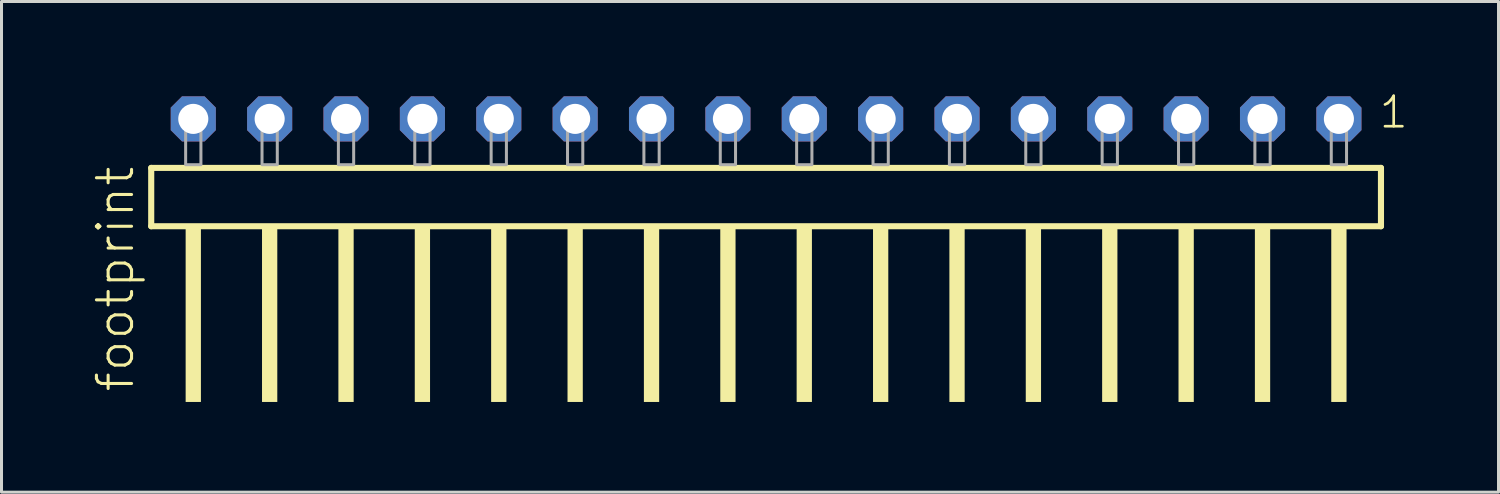
<source format=kicad_pcb>
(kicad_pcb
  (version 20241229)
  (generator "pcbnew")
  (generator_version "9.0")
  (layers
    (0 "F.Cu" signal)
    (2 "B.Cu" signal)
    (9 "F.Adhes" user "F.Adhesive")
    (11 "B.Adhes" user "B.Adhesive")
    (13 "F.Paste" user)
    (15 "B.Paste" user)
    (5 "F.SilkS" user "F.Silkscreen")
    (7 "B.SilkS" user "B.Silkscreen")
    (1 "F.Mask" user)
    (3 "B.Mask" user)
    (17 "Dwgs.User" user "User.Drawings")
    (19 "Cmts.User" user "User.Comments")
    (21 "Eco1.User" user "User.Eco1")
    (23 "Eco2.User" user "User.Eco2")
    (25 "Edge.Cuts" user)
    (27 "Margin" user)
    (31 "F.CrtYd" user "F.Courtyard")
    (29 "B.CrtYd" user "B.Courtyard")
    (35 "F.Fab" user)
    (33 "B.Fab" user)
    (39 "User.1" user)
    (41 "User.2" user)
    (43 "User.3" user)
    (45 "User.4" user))
  (footprint "footprint"
    (layer "F.Cu")
    (at 22.428 2.428)
    (property "Reference" "footprint" (at -20.955 7.62 90) (layer "F.SilkS") (effects (font (size 1.168 1.168) (thickness 0.102)) (justify left bottom)))
    (fp_line (start -20.449 0.106) (end -20.449 2.046) (stroke (width 0.203) (type solid)) (layer "F.SilkS"))
    (fp_line (start -20.449 2.046) (end 20.449 2.046) (stroke (width 0.203) (type solid)) (layer "F.SilkS"))
    (fp_line (start 20.449 0.106) (end -20.449 0.106) (stroke (width 0.203) (type solid)) (layer "F.SilkS"))
    (fp_line (start 20.449 2.046) (end 20.449 0.106) (stroke (width 0.203) (type solid)) (layer "F.SilkS"))
    (fp_poly (pts (xy -19.304 7.89) (xy -18.796 7.89) (xy -18.796 2.04) (xy -19.304 2.04)) (stroke (width 0) (type solid)) (fill yes) (layer "F.SilkS"))
    (fp_poly (pts (xy -16.764 7.89) (xy -16.256 7.89) (xy -16.256 2.04) (xy -16.764 2.04)) (stroke (width 0) (type solid)) (fill yes) (layer "F.SilkS"))
    (fp_poly (pts (xy -14.224 7.89) (xy -13.716 7.89) (xy -13.716 2.04) (xy -14.224 2.04)) (stroke (width 0) (type solid)) (fill yes) (layer "F.SilkS"))
    (fp_poly (pts (xy -11.684 7.89) (xy -11.176 7.89) (xy -11.176 2.04) (xy -11.684 2.04)) (stroke (width 0) (type solid)) (fill yes) (layer "F.SilkS"))
    (fp_poly (pts (xy -9.144 7.89) (xy -8.636 7.89) (xy -8.636 2.04) (xy -9.144 2.04)) (stroke (width 0) (type solid)) (fill yes) (layer "F.SilkS"))
    (fp_poly (pts (xy -6.604 7.89) (xy -6.096 7.89) (xy -6.096 2.04) (xy -6.604 2.04)) (stroke (width 0) (type solid)) (fill yes) (layer "F.SilkS"))
    (fp_poly (pts (xy -4.064 7.89) (xy -3.556 7.89) (xy -3.556 2.04) (xy -4.064 2.04)) (stroke (width 0) (type solid)) (fill yes) (layer "F.SilkS"))
    (fp_poly (pts (xy -1.524 7.89) (xy -1.016 7.89) (xy -1.016 2.04) (xy -1.524 2.04)) (stroke (width 0) (type solid)) (fill yes) (layer "F.SilkS"))
    (fp_poly (pts (xy 1.016 7.89) (xy 1.524 7.89) (xy 1.524 2.04) (xy 1.016 2.04)) (stroke (width 0) (type solid)) (fill yes) (layer "F.SilkS"))
    (fp_poly (pts (xy 3.556 7.89) (xy 4.064 7.89) (xy 4.064 2.04) (xy 3.556 2.04)) (stroke (width 0) (type solid)) (fill yes) (layer "F.SilkS"))
    (fp_poly (pts (xy 6.096 7.89) (xy 6.604 7.89) (xy 6.604 2.04) (xy 6.096 2.04)) (stroke (width 0) (type solid)) (fill yes) (layer "F.SilkS"))
    (fp_poly (pts (xy 8.636 7.89) (xy 9.144 7.89) (xy 9.144 2.04) (xy 8.636 2.04)) (stroke (width 0) (type solid)) (fill yes) (layer "F.SilkS"))
    (fp_poly (pts (xy 11.176 7.89) (xy 11.684 7.89) (xy 11.684 2.04) (xy 11.176 2.04)) (stroke (width 0) (type solid)) (fill yes) (layer "F.SilkS"))
    (fp_poly (pts (xy 13.716 7.89) (xy 14.224 7.89) (xy 14.224 2.04) (xy 13.716 2.04)) (stroke (width 0) (type solid)) (fill yes) (layer "F.SilkS"))
    (fp_poly (pts (xy 16.256 7.89) (xy 16.764 7.89) (xy 16.764 2.04) (xy 16.256 2.04)) (stroke (width 0) (type solid)) (fill yes) (layer "F.SilkS"))
    (fp_poly (pts (xy 18.796 7.89) (xy 19.304 7.89) (xy 19.304 2.04) (xy 18.796 2.04)) (stroke (width 0) (type solid)) (fill yes) (layer "F.SilkS"))
    (fp_poly (pts (xy -19.304 0) (xy -18.796 0) (xy -18.796 -1.778) (xy -19.304 -1.778)) (stroke (width 0.1) (type solid)) (fill no) (layer "F.Fab"))
    (fp_poly (pts (xy -16.764 0) (xy -16.256 0) (xy -16.256 -1.778) (xy -16.764 -1.778)) (stroke (width 0.1) (type solid)) (fill no) (layer "F.Fab"))
    (fp_poly (pts (xy -14.224 0) (xy -13.716 0) (xy -13.716 -1.778) (xy -14.224 -1.778)) (stroke (width 0.1) (type solid)) (fill no) (layer "F.Fab"))
    (fp_poly (pts (xy -11.684 0) (xy -11.176 0) (xy -11.176 -1.778) (xy -11.684 -1.778)) (stroke (width 0.1) (type solid)) (fill no) (layer "F.Fab"))
    (fp_poly (pts (xy -9.144 0) (xy -8.636 0) (xy -8.636 -1.778) (xy -9.144 -1.778)) (stroke (width 0.1) (type solid)) (fill no) (layer "F.Fab"))
    (fp_poly (pts (xy -6.604 0) (xy -6.096 0) (xy -6.096 -1.778) (xy -6.604 -1.778)) (stroke (width 0.1) (type solid)) (fill no) (layer "F.Fab"))
    (fp_poly (pts (xy -4.064 0) (xy -3.556 0) (xy -3.556 -1.778) (xy -4.064 -1.778)) (stroke (width 0.1) (type solid)) (fill no) (layer "F.Fab"))
    (fp_poly (pts (xy -1.524 0) (xy -1.016 0) (xy -1.016 -1.778) (xy -1.524 -1.778)) (stroke (width 0.1) (type solid)) (fill no) (layer "F.Fab"))
    (fp_poly (pts (xy 1.016 0) (xy 1.524 0) (xy 1.524 -1.778) (xy 1.016 -1.778)) (stroke (width 0.1) (type solid)) (fill no) (layer "F.Fab"))
    (fp_poly (pts (xy 3.556 0) (xy 4.064 0) (xy 4.064 -1.778) (xy 3.556 -1.778)) (stroke (width 0.1) (type solid)) (fill no) (layer "F.Fab"))
    (fp_poly (pts (xy 6.096 0) (xy 6.604 0) (xy 6.604 -1.778) (xy 6.096 -1.778)) (stroke (width 0.1) (type solid)) (fill no) (layer "F.Fab"))
    (fp_poly (pts (xy 8.636 0) (xy 9.144 0) (xy 9.144 -1.778) (xy 8.636 -1.778)) (stroke (width 0.1) (type solid)) (fill no) (layer "F.Fab"))
    (fp_poly (pts (xy 11.176 0) (xy 11.684 0) (xy 11.684 -1.778) (xy 11.176 -1.778)) (stroke (width 0.1) (type solid)) (fill no) (layer "F.Fab"))
    (fp_poly (pts (xy 13.716 0) (xy 14.224 0) (xy 14.224 -1.778) (xy 13.716 -1.778)) (stroke (width 0.1) (type solid)) (fill no) (layer "F.Fab"))
    (fp_poly (pts (xy 16.256 0) (xy 16.764 0) (xy 16.764 -1.778) (xy 16.256 -1.778)) (stroke (width 0.1) (type solid)) (fill no) (layer "F.Fab"))
    (fp_poly (pts (xy 18.796 0) (xy 19.304 0) (xy 19.304 -1.778) (xy 18.796 -1.778)) (stroke (width 0.1) (type solid)) (fill no) (layer "F.Fab"))
    (fp_text user "1" (at 20.332 -1.152 0) (layer "F.SilkS") (effects (font (size 1.012 1.012) (thickness 0.088)) (justify left bottom)))
    (pad "1" thru_hole roundrect (at 19.05 -1.524 180) (size 1.5 1.5) (drill 1) (layers "*.Cu" "*.Mask") (roundrect_rratio 0.25) (chamfer_ratio 0.25) (chamfer top_left top_right bottom_left bottom_right))
    (pad "2" thru_hole roundrect (at 16.51 -1.524 180) (size 1.5 1.5) (drill 1) (layers "*.Cu" "*.Mask") (roundrect_rratio 0.25) (chamfer_ratio 0.25) (chamfer top_left top_right bottom_left bottom_right))
    (pad "3" thru_hole roundrect (at 13.97 -1.524 180) (size 1.5 1.5) (drill 1) (layers "*.Cu" "*.Mask") (roundrect_rratio 0.25) (chamfer_ratio 0.25) (chamfer top_left top_right bottom_left bottom_right))
    (pad "4" thru_hole roundrect (at 11.43 -1.524 180) (size 1.5 1.5) (drill 1) (layers "*.Cu" "*.Mask") (roundrect_rratio 0.25) (chamfer_ratio 0.25) (chamfer top_left top_right bottom_left bottom_right))
    (pad "5" thru_hole roundrect (at 8.89 -1.524 180) (size 1.5 1.5) (drill 1) (layers "*.Cu" "*.Mask") (roundrect_rratio 0.25) (chamfer_ratio 0.25) (chamfer top_left top_right bottom_left bottom_right))
    (pad "6" thru_hole roundrect (at 6.35 -1.524 180) (size 1.5 1.5) (drill 1) (layers "*.Cu" "*.Mask") (roundrect_rratio 0.25) (chamfer_ratio 0.25) (chamfer top_left top_right bottom_left bottom_right))
    (pad "7" thru_hole roundrect (at 3.81 -1.524 180) (size 1.5 1.5) (drill 1) (layers "*.Cu" "*.Mask") (roundrect_rratio 0.25) (chamfer_ratio 0.25) (chamfer top_left top_right bottom_left bottom_right))
    (pad "8" thru_hole roundrect (at 1.27 -1.524 180) (size 1.5 1.5) (drill 1) (layers "*.Cu" "*.Mask") (roundrect_rratio 0.25) (chamfer_ratio 0.25) (chamfer top_left top_right bottom_left bottom_right))
    (pad "9" thru_hole roundrect (at -1.27 -1.524 180) (size 1.5 1.5) (drill 1) (layers "*.Cu" "*.Mask") (roundrect_rratio 0.25) (chamfer_ratio 0.25) (chamfer top_left top_right bottom_left bottom_right))
    (pad "10" thru_hole roundrect (at -3.81 -1.524 180) (size 1.5 1.5) (drill 1) (layers "*.Cu" "*.Mask") (roundrect_rratio 0.25) (chamfer_ratio 0.25) (chamfer top_left top_right bottom_left bottom_right))
    (pad "11" thru_hole roundrect (at -6.35 -1.524 180) (size 1.5 1.5) (drill 1) (layers "*.Cu" "*.Mask") (roundrect_rratio 0.25) (chamfer_ratio 0.25) (chamfer top_left top_right bottom_left bottom_right))
    (pad "12" thru_hole roundrect (at -8.89 -1.524 180) (size 1.5 1.5) (drill 1) (layers "*.Cu" "*.Mask") (roundrect_rratio 0.25) (chamfer_ratio 0.25) (chamfer top_left top_right bottom_left bottom_right))
    (pad "13" thru_hole roundrect (at -11.43 -1.524 180) (size 1.5 1.5) (drill 1) (layers "*.Cu" "*.Mask") (roundrect_rratio 0.25) (chamfer_ratio 0.25) (chamfer top_left top_right bottom_left bottom_right))
    (pad "14" thru_hole roundrect (at -13.97 -1.524 180) (size 1.5 1.5) (drill 1) (layers "*.Cu" "*.Mask") (roundrect_rratio 0.25) (chamfer_ratio 0.25) (chamfer top_left top_right bottom_left bottom_right))
    (pad "15" thru_hole roundrect (at -16.51 -1.524 180) (size 1.5 1.5) (drill 1) (layers "*.Cu" "*.Mask") (roundrect_rratio 0.25) (chamfer_ratio 0.25) (chamfer top_left top_right bottom_left bottom_right))
    (pad "16" thru_hole roundrect (at -19.05 -1.524 180) (size 1.5 1.5) (drill 1) (layers "*.Cu" "*.Mask") (roundrect_rratio 0.25) (chamfer_ratio 0.25) (chamfer top_left top_right bottom_left bottom_right)))
  (gr_rect
    (start -3 -3)
    (end 46.786 13.318)
    (stroke (width 0.1) (type default))
    (fill no)
    (layer "Edge.Cuts")))
</source>
